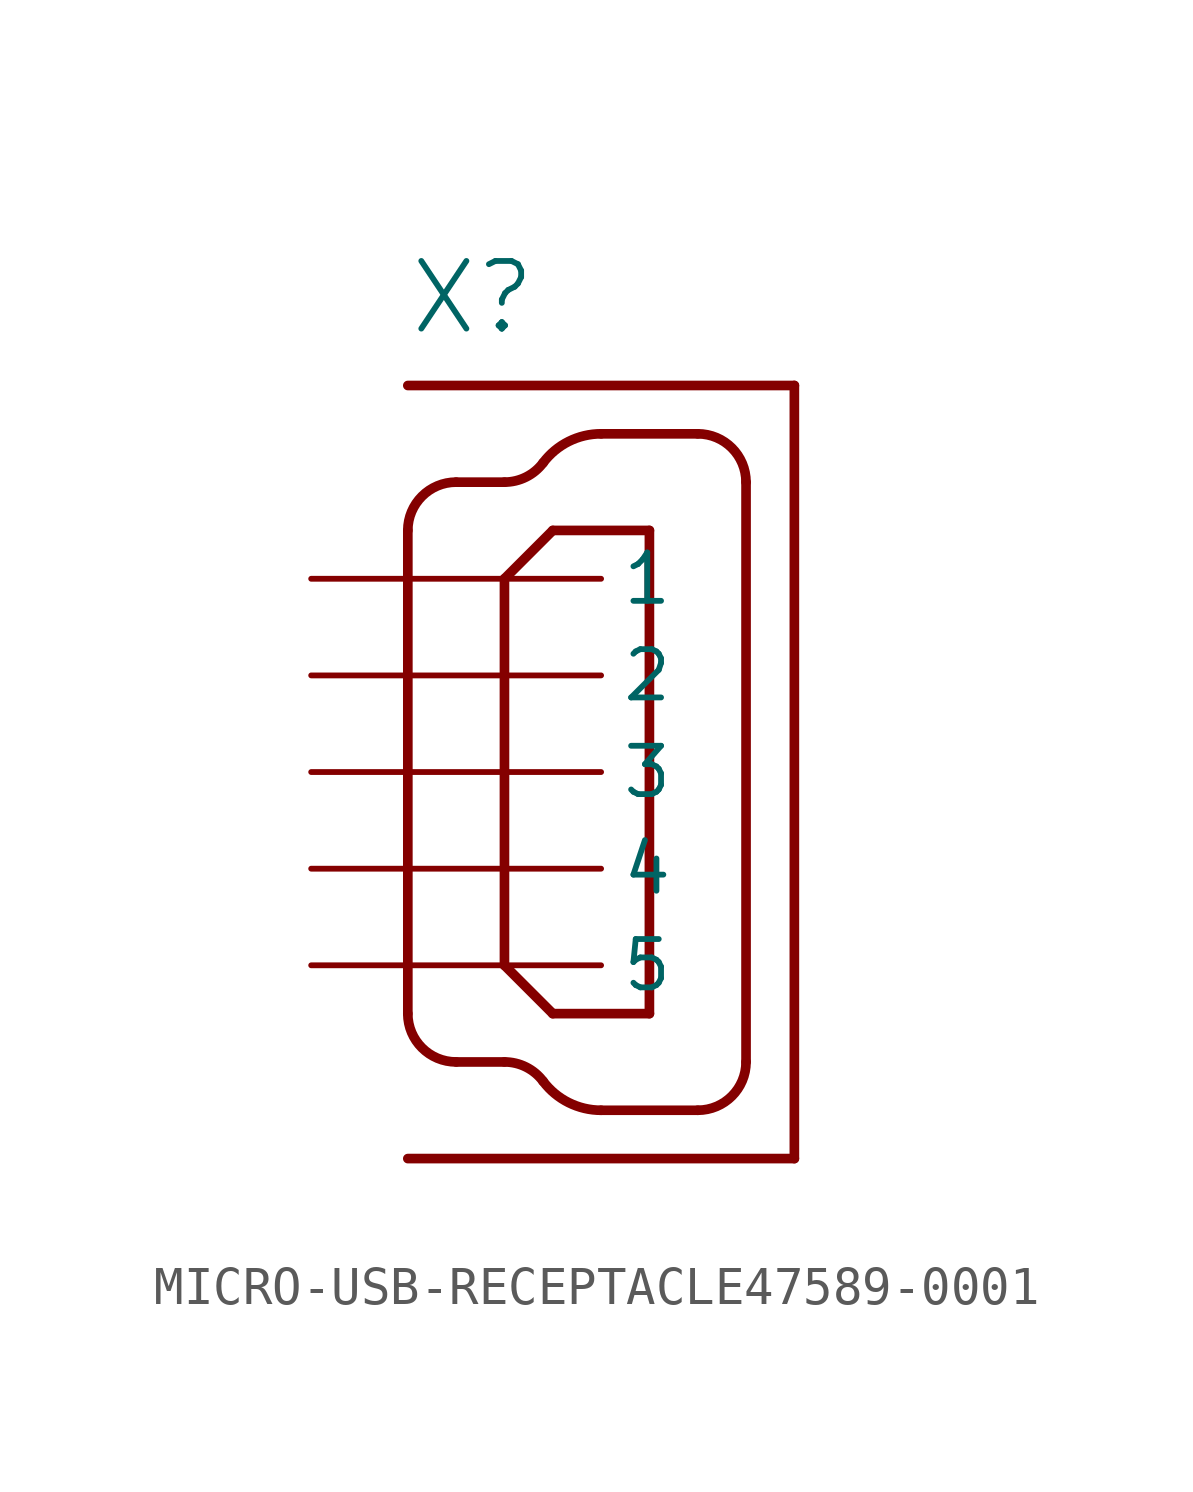
<source format=kicad_sym>
(kicad_symbol_lib
  (version 20220914)
  (generator kicad_symbol_editor)
  (symbol "MICRO-USB-RECEPTACLE47589-0001"
    (property "Reference" "X"
      (at -2.54 11.43 0)
      (effects (font (size 1.778 1.778)) (justify left bottom)))
    (property "Value" ""
      (at 10.16 -7.62 90)
      (effects (font (size 1.778 1.778)) (justify left bottom)))
    (property "ki_locked" ""
      (at 0 0 0)
      (effects (font (size 1.27 1.27))))
    (symbol "MICRO-USB-RECEPTACLE47589-0001_1_0"
      (arc (start -2.54 -6.35) (mid -2.168 -7.248) (end -1.27 -7.62) (stroke (width 0.254) (type solid)) (fill (type none)))
      (arc (start -1.27 7.62) (mid -2.168 7.248) (end -2.54 6.35) (stroke (width 0.254) (type solid)) (fill (type none)))
      (polyline (pts (xy -2.54 6.35) (xy -2.54 -6.35)) (stroke (width 0.254) (type solid)) (fill (type none)))
      (polyline (pts (xy -2.54 10.16) (xy 7.62 10.16)) (stroke (width 0.254) (type solid)) (fill (type none)))
      (polyline (pts (xy -1.27 -7.62) (xy 0 -7.62)) (stroke (width 0.254) (type solid)) (fill (type none)))
      (polyline (pts (xy -1.27 7.62) (xy 0 7.62)) (stroke (width 0.254) (type solid)) (fill (type none)))
      (polyline (pts (xy 0 -5.08) (xy 1.27 -6.35)) (stroke (width 0.254) (type solid)) (fill (type none)))
      (polyline (pts (xy 0 5.08) (xy 0 -5.08)) (stroke (width 0.254) (type solid)) (fill (type none)))
      (polyline (pts (xy 1.27 -6.35) (xy 3.81 -6.35)) (stroke (width 0.254) (type solid)) (fill (type none)))
      (polyline (pts (xy 1.27 6.35) (xy 0 5.08)) (stroke (width 0.254) (type solid)) (fill (type none)))
      (polyline (pts (xy 2.54 -8.89) (xy 5.08 -8.89)) (stroke (width 0.254) (type solid)) (fill (type none)))
      (polyline (pts (xy 2.54 8.89) (xy 5.08 8.89)) (stroke (width 0.254) (type solid)) (fill (type none)))
      (polyline (pts (xy 3.81 -6.35) (xy 3.81 6.35)) (stroke (width 0.254) (type solid)) (fill (type none)))
      (polyline (pts (xy 3.81 6.35) (xy 1.27 6.35)) (stroke (width 0.254) (type solid)) (fill (type none)))
      (polyline (pts (xy 6.35 -7.62) (xy 6.35 7.62)) (stroke (width 0.254) (type solid)) (fill (type none)))
      (polyline (pts (xy 7.62 -10.16) (xy -2.54 -10.16)) (stroke (width 0.254) (type solid)) (fill (type none)))
      (polyline (pts (xy 7.62 10.16) (xy 7.62 -10.16)) (stroke (width 0.254) (type solid)) (fill (type none)))
      (arc (start 0 7.62) (mid 0.568 7.7541) (end 1.016 8.128) (stroke (width 0.254) (type solid)) (fill (type none)))
      (arc (start 1.016 -8.128) (mid 0.568 -7.7541) (end 0 -7.62) (stroke (width 0.254) (type solid)) (fill (type none)))
      (arc (start 1.016 -8.128) (mid 1.6881 -8.6889) (end 2.5401 -8.89) (stroke (width 0.254) (type solid)) (fill (type none)))
      (arc (start 2.5401 8.89) (mid 1.6881 8.6889) (end 1.016 8.128) (stroke (width 0.254) (type solid)) (fill (type none)))
      (arc (start 5.08 -8.89) (mid 5.978 -8.518) (end 6.35 -7.62) (stroke (width 0.254) (type solid)) (fill (type none)))
      (arc (start 6.35 7.62) (mid 5.978 8.518) (end 5.08 8.89) (stroke (width 0.254) (type solid)) (fill (type none)))
      (pin input line (at -5.08 5.08 0) (length 7.62) (name "1" (effects (font (size 1.27 1.27)))) (number "1" (effects (font (size 0 0)))))
      (pin input line (at -5.08 2.54 0) (length 7.62) (name "2" (effects (font (size 1.27 1.27)))) (number "2" (effects (font (size 0 0)))))
      (pin input line (at -5.08 0 0) (length 7.62) (name "3" (effects (font (size 1.27 1.27)))) (number "3" (effects (font (size 0 0)))))
      (pin input line (at -5.08 -2.54 0) (length 7.62) (name "4" (effects (font (size 1.27 1.27)))) (number "4" (effects (font (size 0 0)))))
      (pin input line (at -5.08 -5.08 0) (length 7.62) (name "5" (effects (font (size 1.27 1.27)))) (number "5" (effects (font (size 0 0))))))))
</source>
